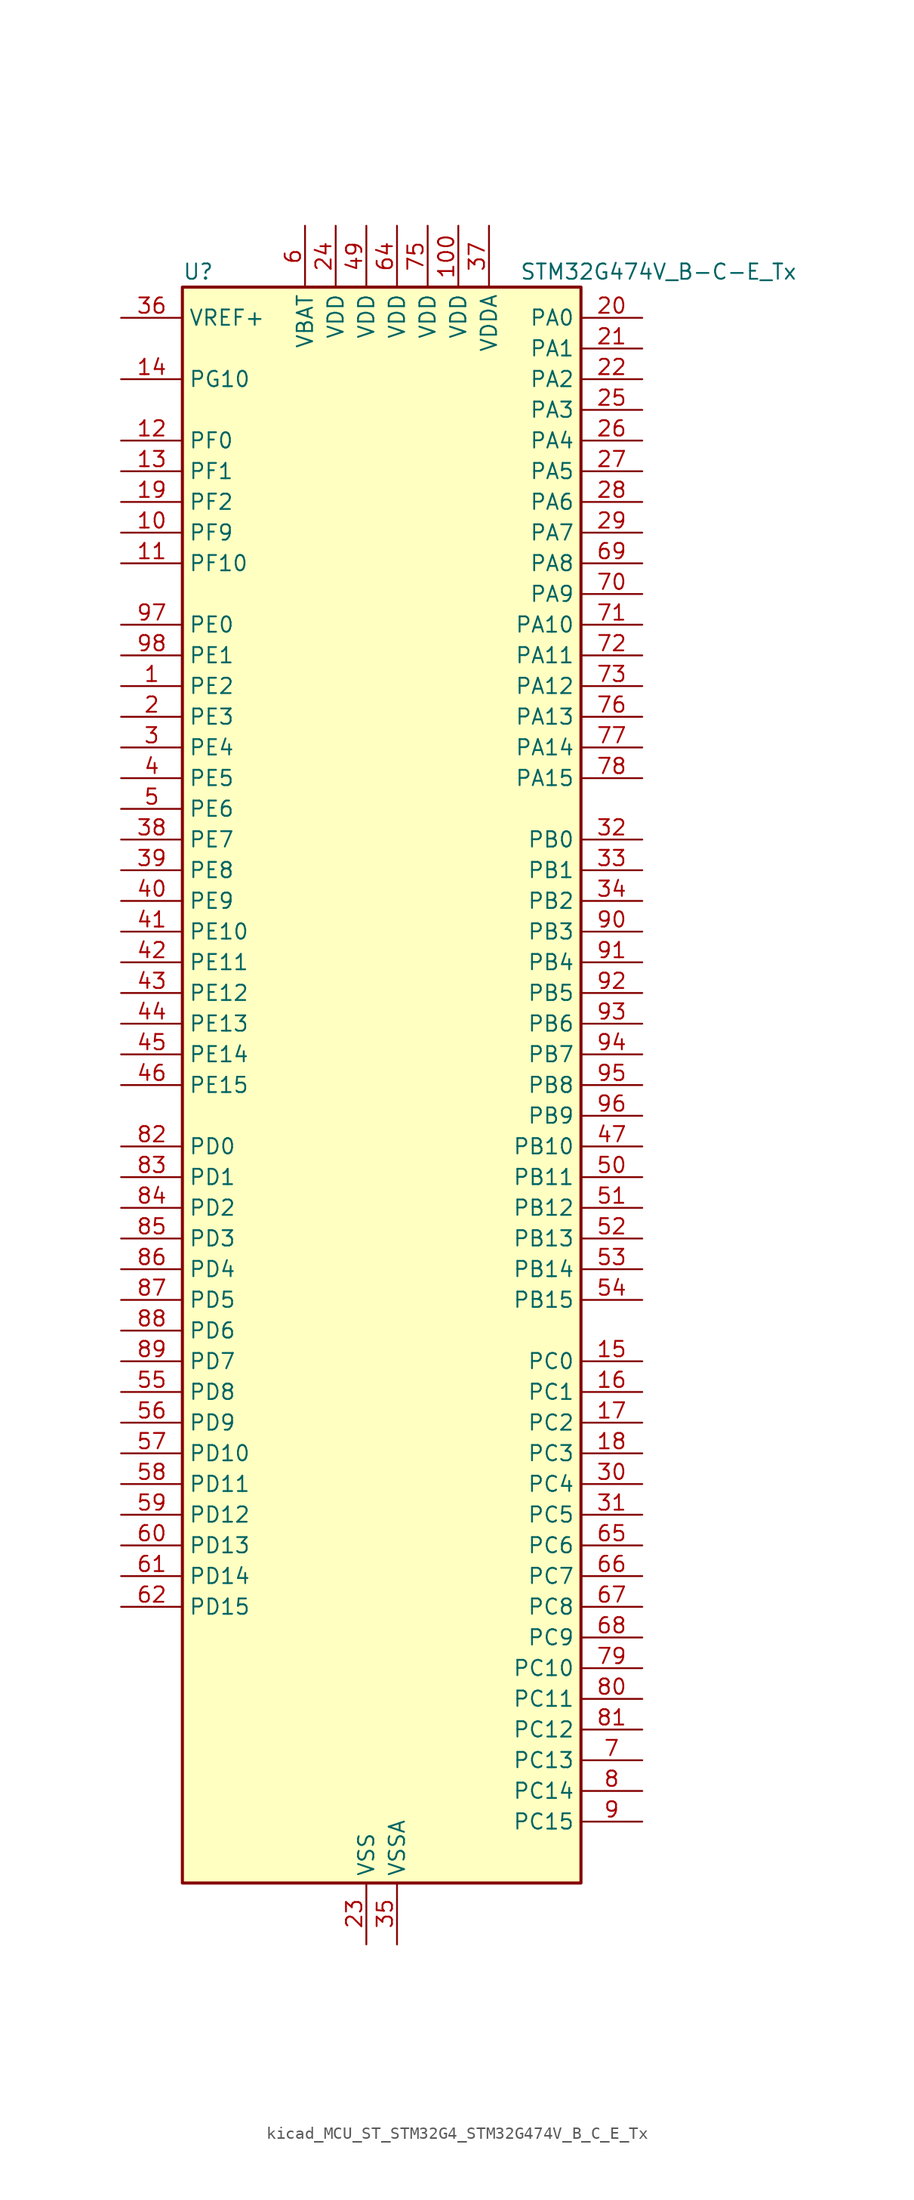
<source format=kicad_sym>
(kicad_symbol_lib
  (version 20220914)
  (generator kicad_symbol_editor)
  (symbol "kicad_MCU_ST_STM32G4_STM32G474V_B_C_E_Tx"
    (property "Reference" "U"
      (at -15.24 67.31 0)
      (effects (font (size 1.27 1.27)) (justify left)))
    (property "Value" "STM32G474V_B-C-E_Tx"
      (at 12.7 67.31 0)
      (effects (font (size 1.27 1.27)) (justify left)))
    (property "ki_locked" ""
      (at 0 0 0)
      (effects (font (size 1.27 1.27))))
    (symbol "kicad_MCU_ST_STM32G4_STM32G474V_B_C_E_Tx_0_1"
      (rectangle (start -15.24 -66.04) (end 17.78 66.04) (stroke (width 0.254) (type default)) (fill (type background))))
    (symbol "kicad_MCU_ST_STM32G4_STM32G474V_B_C_E_Tx_1_1"
      (pin bidirectional line (at -20.32 33.02 0) (length 5.08) (name "PE2" (effects (font (size 1.27 1.27)))) (number "1" (effects (font (size 1.27 1.27)))) (alternate "ADC3_EXTI2" bidirectional line) (alternate "ADC4_EXTI2" bidirectional line) (alternate "ADC5_EXTI2" bidirectional line) (alternate "FMC_A23" bidirectional line) (alternate "SAI1_CK1" bidirectional line) (alternate "SAI1_MCLK_A" bidirectional line) (alternate "SPI4_SCK" bidirectional line) (alternate "SYS_TRACECLK" bidirectional line) (alternate "TIM20_CH1" bidirectional line) (alternate "TIM3_CH1" bidirectional line))
      (pin bidirectional line (at -20.32 45.72 0) (length 5.08) (name "PF9" (effects (font (size 1.27 1.27)))) (number "10" (effects (font (size 1.27 1.27)))) (alternate "DAC1_EXTI9" bidirectional line) (alternate "DAC2_EXTI9" bidirectional line) (alternate "DAC3_EXTI9" bidirectional line) (alternate "DAC4_EXTI9" bidirectional line) (alternate "FMC_A25" bidirectional line) (alternate "QUADSPI1_BK1_IO1" bidirectional line) (alternate "SAI1_FS_B" bidirectional line) (alternate "SPI2_SCK" bidirectional line) (alternate "TIM15_CH1" bidirectional line) (alternate "TIM20_BKIN" bidirectional line) (alternate "TIM5_CH4" bidirectional line))
      (pin power_in line (at 7.62 71.12 270) (length 5.08) (name "VDD" (effects (font (size 1.27 1.27)))) (number "100" (effects (font (size 1.27 1.27)))))
      (pin bidirectional line (at -20.32 43.18 0) (length 5.08) (name "PF10" (effects (font (size 1.27 1.27)))) (number "11" (effects (font (size 1.27 1.27)))) (alternate "DAC1_EXTI10" bidirectional line) (alternate "DAC2_EXTI10" bidirectional line) (alternate "DAC3_EXTI10" bidirectional line) (alternate "DAC4_EXTI10" bidirectional line) (alternate "FMC_A0" bidirectional line) (alternate "QUADSPI1_CLK" bidirectional line) (alternate "SAI1_D3" bidirectional line) (alternate "SPI2_SCK" bidirectional line) (alternate "TIM15_CH2" bidirectional line) (alternate "TIM20_BKIN2" bidirectional line))
      (pin bidirectional line (at -20.32 53.34 0) (length 5.08) (name "PF0" (effects (font (size 1.27 1.27)))) (number "12" (effects (font (size 1.27 1.27)))) (alternate "ADC1_IN10" bidirectional line) (alternate "I2C2_SDA" bidirectional line) (alternate "I2S2_WS" bidirectional line) (alternate "RCC_OSC_IN" bidirectional line) (alternate "SPI2_NSS" bidirectional line) (alternate "TIM1_CH3N" bidirectional line))
      (pin bidirectional line (at -20.32 50.8 0) (length 5.08) (name "PF1" (effects (font (size 1.27 1.27)))) (number "13" (effects (font (size 1.27 1.27)))) (alternate "ADC2_IN10" bidirectional line) (alternate "COMP3_INM" bidirectional line) (alternate "I2S2_CK" bidirectional line) (alternate "RCC_OSC_OUT" bidirectional line) (alternate "SPI2_SCK" bidirectional line))
      (pin bidirectional line (at -20.32 58.42 0) (length 5.08) (name "PG10" (effects (font (size 1.27 1.27)))) (number "14" (effects (font (size 1.27 1.27)))) (alternate "DAC1_EXTI10" bidirectional line) (alternate "DAC2_EXTI10" bidirectional line) (alternate "DAC3_EXTI10" bidirectional line) (alternate "DAC4_EXTI10" bidirectional line) (alternate "RCC_MCO" bidirectional line))
      (pin bidirectional line (at 22.86 -22.86 180) (length 5.08) (name "PC0" (effects (font (size 1.27 1.27)))) (number "15" (effects (font (size 1.27 1.27)))) (alternate "ADC1_IN6" bidirectional line) (alternate "ADC2_IN6" bidirectional line) (alternate "COMP3_INM" bidirectional line) (alternate "LPTIM1_IN1" bidirectional line) (alternate "LPUART1_RX" bidirectional line) (alternate "TIM1_CH1" bidirectional line))
      (pin bidirectional line (at 22.86 -25.4 180) (length 5.08) (name "PC1" (effects (font (size 1.27 1.27)))) (number "16" (effects (font (size 1.27 1.27)))) (alternate "ADC1_IN7" bidirectional line) (alternate "ADC2_IN7" bidirectional line) (alternate "COMP3_INP" bidirectional line) (alternate "LPTIM1_OUT" bidirectional line) (alternate "LPUART1_TX" bidirectional line) (alternate "QUADSPI1_BK2_IO0" bidirectional line) (alternate "SAI1_SD_A" bidirectional line) (alternate "TIM1_CH2" bidirectional line))
      (pin bidirectional line (at 22.86 -27.94 180) (length 5.08) (name "PC2" (effects (font (size 1.27 1.27)))) (number "17" (effects (font (size 1.27 1.27)))) (alternate "ADC1_IN8" bidirectional line) (alternate "ADC2_IN8" bidirectional line) (alternate "ADC3_EXTI2" bidirectional line) (alternate "ADC4_EXTI2" bidirectional line) (alternate "ADC5_EXTI2" bidirectional line) (alternate "COMP3_OUT" bidirectional line) (alternate "LPTIM1_IN2" bidirectional line) (alternate "QUADSPI1_BK2_IO1" bidirectional line) (alternate "TIM1_CH3" bidirectional line) (alternate "TIM20_CH2" bidirectional line))
      (pin bidirectional line (at 22.86 -30.48 180) (length 5.08) (name "PC3" (effects (font (size 1.27 1.27)))) (number "18" (effects (font (size 1.27 1.27)))) (alternate "ADC1_IN9" bidirectional line) (alternate "ADC2_IN9" bidirectional line) (alternate "ADC3_EXTI3" bidirectional line) (alternate "ADC4_EXTI3" bidirectional line) (alternate "ADC5_EXTI3" bidirectional line) (alternate "LPTIM1_ETR" bidirectional line) (alternate "OPAMP5_VINP" bidirectional line) (alternate "OPAMP5_VINP_SEC" bidirectional line) (alternate "QUADSPI1_BK2_IO2" bidirectional line) (alternate "SAI1_D1" bidirectional line) (alternate "SAI1_SD_A" bidirectional line) (alternate "TIM1_BKIN2" bidirectional line) (alternate "TIM1_CH4" bidirectional line))
      (pin bidirectional line (at -20.32 48.26 0) (length 5.08) (name "PF2" (effects (font (size 1.27 1.27)))) (number "19" (effects (font (size 1.27 1.27)))) (alternate "ADC3_EXTI2" bidirectional line) (alternate "ADC4_EXTI2" bidirectional line) (alternate "ADC5_EXTI2" bidirectional line) (alternate "FMC_A2" bidirectional line) (alternate "I2C2_SMBA" bidirectional line) (alternate "TIM20_CH3" bidirectional line))
      (pin bidirectional line (at -20.32 30.48 0) (length 5.08) (name "PE3" (effects (font (size 1.27 1.27)))) (number "2" (effects (font (size 1.27 1.27)))) (alternate "ADC3_EXTI3" bidirectional line) (alternate "ADC4_EXTI3" bidirectional line) (alternate "ADC5_EXTI3" bidirectional line) (alternate "FMC_A19" bidirectional line) (alternate "SAI1_SD_B" bidirectional line) (alternate "SPI4_NSS" bidirectional line) (alternate "SYS_TRACED0" bidirectional line) (alternate "TIM20_CH2" bidirectional line) (alternate "TIM3_CH2" bidirectional line))
      (pin bidirectional line (at 22.86 63.5 180) (length 5.08) (name "PA0" (effects (font (size 1.27 1.27)))) (number "20" (effects (font (size 1.27 1.27)))) (alternate "ADC1_IN1" bidirectional line) (alternate "ADC2_IN1" bidirectional line) (alternate "COMP1_INM" bidirectional line) (alternate "COMP1_OUT" bidirectional line) (alternate "COMP3_INP" bidirectional line) (alternate "RTC_TAMP2" bidirectional line) (alternate "SYS_WKUP1" bidirectional line) (alternate "TIM2_CH1" bidirectional line) (alternate "TIM2_ETR" bidirectional line) (alternate "TIM5_CH1" bidirectional line) (alternate "TIM8_BKIN" bidirectional line) (alternate "TIM8_ETR" bidirectional line) (alternate "USART2_CTS" bidirectional line) (alternate "USART2_NSS" bidirectional line))
      (pin bidirectional line (at 22.86 60.96 180) (length 5.08) (name "PA1" (effects (font (size 1.27 1.27)))) (number "21" (effects (font (size 1.27 1.27)))) (alternate "ADC1_IN2" bidirectional line) (alternate "ADC2_IN2" bidirectional line) (alternate "COMP1_INP" bidirectional line) (alternate "OPAMP1_VINP" bidirectional line) (alternate "OPAMP1_VINP_SEC" bidirectional line) (alternate "OPAMP3_VINP" bidirectional line) (alternate "OPAMP3_VINP_SEC" bidirectional line) (alternate "OPAMP6_VINM" bidirectional line) (alternate "OPAMP6_VINM0" bidirectional line) (alternate "OPAMP6_VINM_SEC" bidirectional line) (alternate "RTC_REFIN" bidirectional line) (alternate "TIM15_CH1N" bidirectional line) (alternate "TIM2_CH2" bidirectional line) (alternate "TIM5_CH2" bidirectional line) (alternate "USART2_DE" bidirectional line) (alternate "USART2_RTS" bidirectional line))
      (pin bidirectional line (at 22.86 58.42 180) (length 5.08) (name "PA2" (effects (font (size 1.27 1.27)))) (number "22" (effects (font (size 1.27 1.27)))) (alternate "ADC1_IN3" bidirectional line) (alternate "ADC3_EXTI2" bidirectional line) (alternate "ADC4_EXTI2" bidirectional line) (alternate "ADC5_EXTI2" bidirectional line) (alternate "COMP2_INM" bidirectional line) (alternate "COMP2_OUT" bidirectional line) (alternate "LPUART1_TX" bidirectional line) (alternate "OPAMP1_VOUT" bidirectional line) (alternate "QUADSPI1_BK1_NCS" bidirectional line) (alternate "RCC_LSCO" bidirectional line) (alternate "SYS_WKUP4" bidirectional line) (alternate "TIM15_CH1" bidirectional line) (alternate "TIM2_CH3" bidirectional line) (alternate "TIM5_CH3" bidirectional line) (alternate "UCPD1_FRSTX1" bidirectional line) (alternate "UCPD1_FRSTX2" bidirectional line) (alternate "USART2_TX" bidirectional line))
      (pin power_in line (at 0 -71.12 90) (length 5.08) (name "VSS" (effects (font (size 1.27 1.27)))) (number "23" (effects (font (size 1.27 1.27)))))
      (pin power_in line (at -2.54 71.12 270) (length 5.08) (name "VDD" (effects (font (size 1.27 1.27)))) (number "24" (effects (font (size 1.27 1.27)))))
      (pin bidirectional line (at 22.86 55.88 180) (length 5.08) (name "PA3" (effects (font (size 1.27 1.27)))) (number "25" (effects (font (size 1.27 1.27)))) (alternate "ADC1_IN4" bidirectional line) (alternate "ADC3_EXTI3" bidirectional line) (alternate "ADC4_EXTI3" bidirectional line) (alternate "ADC5_EXTI3" bidirectional line) (alternate "COMP2_INP" bidirectional line) (alternate "LPUART1_RX" bidirectional line) (alternate "OPAMP1_VINM" bidirectional line) (alternate "OPAMP1_VINM0" bidirectional line) (alternate "OPAMP1_VINM_SEC" bidirectional line) (alternate "OPAMP1_VINP" bidirectional line) (alternate "OPAMP1_VINP_SEC" bidirectional line) (alternate "OPAMP5_VINM" bidirectional line) (alternate "OPAMP5_VINM1" bidirectional line) (alternate "OPAMP5_VINM_SEC" bidirectional line) (alternate "QUADSPI1_CLK" bidirectional line) (alternate "SAI1_CK1" bidirectional line) (alternate "SAI1_MCLK_A" bidirectional line) (alternate "TIM15_CH2" bidirectional line) (alternate "TIM2_CH4" bidirectional line) (alternate "TIM5_CH4" bidirectional line) (alternate "USART2_RX" bidirectional line))
      (pin bidirectional line (at 22.86 53.34 180) (length 5.08) (name "PA4" (effects (font (size 1.27 1.27)))) (number "26" (effects (font (size 1.27 1.27)))) (alternate "ADC2_IN17" bidirectional line) (alternate "COMP1_INM" bidirectional line) (alternate "DAC1_OUT1" bidirectional line) (alternate "I2S3_WS" bidirectional line) (alternate "SAI1_FS_B" bidirectional line) (alternate "SPI1_NSS" bidirectional line) (alternate "SPI3_NSS" bidirectional line) (alternate "TIM3_CH2" bidirectional line) (alternate "USART2_CK" bidirectional line))
      (pin bidirectional line (at 22.86 50.8 180) (length 5.08) (name "PA5" (effects (font (size 1.27 1.27)))) (number "27" (effects (font (size 1.27 1.27)))) (alternate "ADC2_IN13" bidirectional line) (alternate "COMP2_INM" bidirectional line) (alternate "DAC1_OUT2" bidirectional line) (alternate "OPAMP2_VINM" bidirectional line) (alternate "OPAMP2_VINM0" bidirectional line) (alternate "OPAMP2_VINM_SEC" bidirectional line) (alternate "SPI1_SCK" bidirectional line) (alternate "TIM2_CH1" bidirectional line) (alternate "TIM2_ETR" bidirectional line) (alternate "UCPD1_FRSTX1" bidirectional line) (alternate "UCPD1_FRSTX2" bidirectional line))
      (pin bidirectional line (at 22.86 48.26 180) (length 5.08) (name "PA6" (effects (font (size 1.27 1.27)))) (number "28" (effects (font (size 1.27 1.27)))) (alternate "ADC2_IN3" bidirectional line) (alternate "COMP1_OUT" bidirectional line) (alternate "DAC2_OUT1" bidirectional line) (alternate "LPUART1_CTS" bidirectional line) (alternate "OPAMP2_VOUT" bidirectional line) (alternate "QUADSPI1_BK1_IO3" bidirectional line) (alternate "SPI1_MISO" bidirectional line) (alternate "TIM16_CH1" bidirectional line) (alternate "TIM1_BKIN" bidirectional line) (alternate "TIM3_CH1" bidirectional line) (alternate "TIM8_BKIN" bidirectional line))
      (pin bidirectional line (at 22.86 45.72 180) (length 5.08) (name "PA7" (effects (font (size 1.27 1.27)))) (number "29" (effects (font (size 1.27 1.27)))) (alternate "ADC2_IN4" bidirectional line) (alternate "COMP2_INP" bidirectional line) (alternate "COMP2_OUT" bidirectional line) (alternate "OPAMP1_VINP" bidirectional line) (alternate "OPAMP1_VINP_SEC" bidirectional line) (alternate "OPAMP2_VINP" bidirectional line) (alternate "OPAMP2_VINP_SEC" bidirectional line) (alternate "QUADSPI1_BK1_IO2" bidirectional line) (alternate "SPI1_MOSI" bidirectional line) (alternate "TIM17_CH1" bidirectional line) (alternate "TIM1_CH1N" bidirectional line) (alternate "TIM3_CH2" bidirectional line) (alternate "TIM8_CH1N" bidirectional line) (alternate "UCPD1_FRSTX1" bidirectional line) (alternate "UCPD1_FRSTX2" bidirectional line))
      (pin bidirectional line (at -20.32 27.94 0) (length 5.08) (name "PE4" (effects (font (size 1.27 1.27)))) (number "3" (effects (font (size 1.27 1.27)))) (alternate "FMC_A20" bidirectional line) (alternate "SAI1_D2" bidirectional line) (alternate "SAI1_FS_A" bidirectional line) (alternate "SPI4_NSS" bidirectional line) (alternate "SYS_TRACED1" bidirectional line) (alternate "TIM20_CH1N" bidirectional line) (alternate "TIM3_CH3" bidirectional line))
      (pin bidirectional line (at 22.86 -33.02 180) (length 5.08) (name "PC4" (effects (font (size 1.27 1.27)))) (number "30" (effects (font (size 1.27 1.27)))) (alternate "ADC2_IN5" bidirectional line) (alternate "I2C2_SCL" bidirectional line) (alternate "QUADSPI1_BK2_IO3" bidirectional line) (alternate "TIM1_ETR" bidirectional line) (alternate "USART1_TX" bidirectional line))
      (pin bidirectional line (at 22.86 -35.56 180) (length 5.08) (name "PC5" (effects (font (size 1.27 1.27)))) (number "31" (effects (font (size 1.27 1.27)))) (alternate "ADC2_IN11" bidirectional line) (alternate "HRTIM1_EEV10" bidirectional line) (alternate "OPAMP1_VINM" bidirectional line) (alternate "OPAMP1_VINM1" bidirectional line) (alternate "OPAMP1_VINM_SEC" bidirectional line) (alternate "OPAMP2_VINM" bidirectional line) (alternate "OPAMP2_VINM1" bidirectional line) (alternate "OPAMP2_VINM_SEC" bidirectional line) (alternate "SAI1_D3" bidirectional line) (alternate "SYS_WKUP5" bidirectional line) (alternate "TIM15_BKIN" bidirectional line) (alternate "TIM1_CH4N" bidirectional line) (alternate "USART1_RX" bidirectional line))
      (pin bidirectional line (at 22.86 20.32 180) (length 5.08) (name "PB0" (effects (font (size 1.27 1.27)))) (number "32" (effects (font (size 1.27 1.27)))) (alternate "ADC1_IN15" bidirectional line) (alternate "ADC3_IN12" bidirectional line) (alternate "COMP4_INP" bidirectional line) (alternate "HRTIM1_FLT5" bidirectional line) (alternate "OPAMP2_VINP" bidirectional line) (alternate "OPAMP2_VINP_SEC" bidirectional line) (alternate "OPAMP3_VINP" bidirectional line) (alternate "OPAMP3_VINP_SEC" bidirectional line) (alternate "QUADSPI1_BK1_IO1" bidirectional line) (alternate "TIM1_CH2N" bidirectional line) (alternate "TIM3_CH3" bidirectional line) (alternate "TIM8_CH2N" bidirectional line) (alternate "UCPD1_FRSTX1" bidirectional line) (alternate "UCPD1_FRSTX2" bidirectional line))
      (pin bidirectional line (at 22.86 17.78 180) (length 5.08) (name "PB1" (effects (font (size 1.27 1.27)))) (number "33" (effects (font (size 1.27 1.27)))) (alternate "ADC1_IN12" bidirectional line) (alternate "ADC3_IN1" bidirectional line) (alternate "COMP1_INP" bidirectional line) (alternate "COMP4_OUT" bidirectional line) (alternate "HRTIM1_SCOUT" bidirectional line) (alternate "LPUART1_DE" bidirectional line) (alternate "LPUART1_RTS" bidirectional line) (alternate "OPAMP3_VOUT" bidirectional line) (alternate "OPAMP6_VINM" bidirectional line) (alternate "OPAMP6_VINM1" bidirectional line) (alternate "OPAMP6_VINM_SEC" bidirectional line) (alternate "QUADSPI1_BK1_IO0" bidirectional line) (alternate "TIM1_CH3N" bidirectional line) (alternate "TIM3_CH4" bidirectional line) (alternate "TIM8_CH3N" bidirectional line))
      (pin bidirectional line (at 22.86 15.24 180) (length 5.08) (name "PB2" (effects (font (size 1.27 1.27)))) (number "34" (effects (font (size 1.27 1.27)))) (alternate "ADC2_IN12" bidirectional line) (alternate "ADC3_EXTI2" bidirectional line) (alternate "ADC4_EXTI2" bidirectional line) (alternate "ADC5_EXTI2" bidirectional line) (alternate "COMP4_INM" bidirectional line) (alternate "HRTIM1_SCIN" bidirectional line) (alternate "I2C3_SMBA" bidirectional line) (alternate "LPTIM1_OUT" bidirectional line) (alternate "OPAMP3_VINM" bidirectional line) (alternate "OPAMP3_VINM0" bidirectional line) (alternate "OPAMP3_VINM_SEC" bidirectional line) (alternate "QUADSPI1_BK2_IO1" bidirectional line) (alternate "RTC_OUT2" bidirectional line) (alternate "TIM20_CH1" bidirectional line) (alternate "TIM5_CH1" bidirectional line))
      (pin power_in line (at 2.54 -71.12 90) (length 5.08) (name "VSSA" (effects (font (size 1.27 1.27)))) (number "35" (effects (font (size 1.27 1.27)))))
      (pin input line (at -20.32 63.5 0) (length 5.08) (name "VREF+" (effects (font (size 1.27 1.27)))) (number "36" (effects (font (size 1.27 1.27)))) (alternate "VREFBUF_OUT" bidirectional line))
      (pin power_in line (at 10.16 71.12 270) (length 5.08) (name "VDDA" (effects (font (size 1.27 1.27)))) (number "37" (effects (font (size 1.27 1.27)))))
      (pin bidirectional line (at -20.32 20.32 0) (length 5.08) (name "PE7" (effects (font (size 1.27 1.27)))) (number "38" (effects (font (size 1.27 1.27)))) (alternate "ADC3_IN4" bidirectional line) (alternate "COMP4_INP" bidirectional line) (alternate "FMC_D4" bidirectional line) (alternate "FMC_DA4" bidirectional line) (alternate "SAI1_SD_B" bidirectional line) (alternate "TIM1_ETR" bidirectional line))
      (pin bidirectional line (at -20.32 17.78 0) (length 5.08) (name "PE8" (effects (font (size 1.27 1.27)))) (number "39" (effects (font (size 1.27 1.27)))) (alternate "ADC3_IN6" bidirectional line) (alternate "ADC4_IN6" bidirectional line) (alternate "ADC5_IN6" bidirectional line) (alternate "COMP4_INM" bidirectional line) (alternate "FMC_D5" bidirectional line) (alternate "FMC_DA5" bidirectional line) (alternate "SAI1_SCK_B" bidirectional line) (alternate "TIM1_CH1N" bidirectional line) (alternate "TIM5_CH3" bidirectional line))
      (pin bidirectional line (at -20.32 25.4 0) (length 5.08) (name "PE5" (effects (font (size 1.27 1.27)))) (number "4" (effects (font (size 1.27 1.27)))) (alternate "FMC_A21" bidirectional line) (alternate "SAI1_CK2" bidirectional line) (alternate "SAI1_SCK_A" bidirectional line) (alternate "SPI4_MISO" bidirectional line) (alternate "SYS_TRACED2" bidirectional line) (alternate "TIM20_CH2N" bidirectional line) (alternate "TIM3_CH4" bidirectional line))
      (pin bidirectional line (at -20.32 15.24 0) (length 5.08) (name "PE9" (effects (font (size 1.27 1.27)))) (number "40" (effects (font (size 1.27 1.27)))) (alternate "ADC3_IN2" bidirectional line) (alternate "DAC1_EXTI9" bidirectional line) (alternate "DAC2_EXTI9" bidirectional line) (alternate "DAC3_EXTI9" bidirectional line) (alternate "DAC4_EXTI9" bidirectional line) (alternate "FMC_D6" bidirectional line) (alternate "FMC_DA6" bidirectional line) (alternate "SAI1_FS_B" bidirectional line) (alternate "TIM1_CH1" bidirectional line) (alternate "TIM5_CH4" bidirectional line))
      (pin bidirectional line (at -20.32 12.7 0) (length 5.08) (name "PE10" (effects (font (size 1.27 1.27)))) (number "41" (effects (font (size 1.27 1.27)))) (alternate "ADC3_IN14" bidirectional line) (alternate "ADC4_IN14" bidirectional line) (alternate "ADC5_IN14" bidirectional line) (alternate "DAC1_EXTI10" bidirectional line) (alternate "DAC2_EXTI10" bidirectional line) (alternate "DAC3_EXTI10" bidirectional line) (alternate "DAC4_EXTI10" bidirectional line) (alternate "FMC_D7" bidirectional line) (alternate "FMC_DA7" bidirectional line) (alternate "QUADSPI1_CLK" bidirectional line) (alternate "SAI1_MCLK_B" bidirectional line) (alternate "TIM1_CH2N" bidirectional line))
      (pin bidirectional line (at -20.32 10.16 0) (length 5.08) (name "PE11" (effects (font (size 1.27 1.27)))) (number "42" (effects (font (size 1.27 1.27)))) (alternate "ADC1_EXTI11" bidirectional line) (alternate "ADC2_EXTI11" bidirectional line) (alternate "ADC3_IN15" bidirectional line) (alternate "ADC4_IN15" bidirectional line) (alternate "ADC5_IN15" bidirectional line) (alternate "FMC_D8" bidirectional line) (alternate "FMC_DA8" bidirectional line) (alternate "QUADSPI1_BK1_NCS" bidirectional line) (alternate "SPI4_NSS" bidirectional line) (alternate "TIM1_CH2" bidirectional line))
      (pin bidirectional line (at -20.32 7.62 0) (length 5.08) (name "PE12" (effects (font (size 1.27 1.27)))) (number "43" (effects (font (size 1.27 1.27)))) (alternate "ADC3_IN16" bidirectional line) (alternate "ADC4_IN16" bidirectional line) (alternate "ADC5_IN16" bidirectional line) (alternate "FMC_D9" bidirectional line) (alternate "FMC_DA9" bidirectional line) (alternate "QUADSPI1_BK1_IO0" bidirectional line) (alternate "SPI4_SCK" bidirectional line) (alternate "TIM1_CH3N" bidirectional line))
      (pin bidirectional line (at -20.32 5.08 0) (length 5.08) (name "PE13" (effects (font (size 1.27 1.27)))) (number "44" (effects (font (size 1.27 1.27)))) (alternate "ADC3_IN3" bidirectional line) (alternate "FMC_D10" bidirectional line) (alternate "FMC_DA10" bidirectional line) (alternate "QUADSPI1_BK1_IO1" bidirectional line) (alternate "SPI4_MISO" bidirectional line) (alternate "TIM1_CH3" bidirectional line))
      (pin bidirectional line (at -20.32 2.54 0) (length 5.08) (name "PE14" (effects (font (size 1.27 1.27)))) (number "45" (effects (font (size 1.27 1.27)))) (alternate "ADC4_IN1" bidirectional line) (alternate "FMC_D11" bidirectional line) (alternate "FMC_DA11" bidirectional line) (alternate "QUADSPI1_BK1_IO2" bidirectional line) (alternate "SPI4_MOSI" bidirectional line) (alternate "TIM1_BKIN2" bidirectional line) (alternate "TIM1_CH4" bidirectional line))
      (pin bidirectional line (at -20.32 0 0) (length 5.08) (name "PE15" (effects (font (size 1.27 1.27)))) (number "46" (effects (font (size 1.27 1.27)))) (alternate "ADC1_EXTI15" bidirectional line) (alternate "ADC2_EXTI15" bidirectional line) (alternate "ADC4_IN2" bidirectional line) (alternate "FMC_D12" bidirectional line) (alternate "FMC_DA12" bidirectional line) (alternate "QUADSPI1_BK1_IO3" bidirectional line) (alternate "TIM1_BKIN" bidirectional line) (alternate "TIM1_CH4N" bidirectional line) (alternate "USART3_RX" bidirectional line))
      (pin bidirectional line (at 22.86 -5.08 180) (length 5.08) (name "PB10" (effects (font (size 1.27 1.27)))) (number "47" (effects (font (size 1.27 1.27)))) (alternate "COMP5_INM" bidirectional line) (alternate "DAC1_EXTI10" bidirectional line) (alternate "DAC2_EXTI10" bidirectional line) (alternate "DAC3_EXTI10" bidirectional line) (alternate "DAC4_EXTI10" bidirectional line) (alternate "HRTIM1_FLT3" bidirectional line) (alternate "LPUART1_RX" bidirectional line) (alternate "OPAMP3_VINM" bidirectional line) (alternate "OPAMP3_VINM1" bidirectional line) (alternate "OPAMP3_VINM_SEC" bidirectional line) (alternate "OPAMP4_VINM" bidirectional line) (alternate "OPAMP4_VINM0" bidirectional line) (alternate "OPAMP4_VINM_SEC" bidirectional line) (alternate "QUADSPI1_CLK" bidirectional line) (alternate "SAI1_SCK_A" bidirectional line) (alternate "TIM1_BKIN" bidirectional line) (alternate "TIM2_CH3" bidirectional line) (alternate "USART3_TX" bidirectional line))
      (pin passive line (at 0 -71.12 90) (length 5.08) hide (name "VSS" (effects (font (size 1.27 1.27)))) (number "48" (effects (font (size 1.27 1.27)))))
      (pin power_in line (at 0 71.12 270) (length 5.08) (name "VDD" (effects (font (size 1.27 1.27)))) (number "49" (effects (font (size 1.27 1.27)))))
      (pin bidirectional line (at -20.32 22.86 0) (length 5.08) (name "PE6" (effects (font (size 1.27 1.27)))) (number "5" (effects (font (size 1.27 1.27)))) (alternate "FMC_A22" bidirectional line) (alternate "RTC_TAMP3" bidirectional line) (alternate "SAI1_D1" bidirectional line) (alternate "SAI1_SD_A" bidirectional line) (alternate "SPI4_MOSI" bidirectional line) (alternate "SYS_TRACED3" bidirectional line) (alternate "SYS_WKUP3" bidirectional line) (alternate "TIM20_CH3N" bidirectional line))
      (pin bidirectional line (at 22.86 -7.62 180) (length 5.08) (name "PB11" (effects (font (size 1.27 1.27)))) (number "50" (effects (font (size 1.27 1.27)))) (alternate "ADC1_EXTI11" bidirectional line) (alternate "ADC1_IN14" bidirectional line) (alternate "ADC2_EXTI11" bidirectional line) (alternate "ADC2_IN14" bidirectional line) (alternate "COMP6_INP" bidirectional line) (alternate "HRTIM1_FLT4" bidirectional line) (alternate "LPUART1_TX" bidirectional line) (alternate "OPAMP4_VINP" bidirectional line) (alternate "OPAMP4_VINP_SEC" bidirectional line) (alternate "OPAMP6_VOUT" bidirectional line) (alternate "QUADSPI1_BK1_NCS" bidirectional line) (alternate "TIM2_CH4" bidirectional line) (alternate "USART3_RX" bidirectional line))
      (pin bidirectional line (at 22.86 -10.16 180) (length 5.08) (name "PB12" (effects (font (size 1.27 1.27)))) (number "51" (effects (font (size 1.27 1.27)))) (alternate "ADC1_IN11" bidirectional line) (alternate "ADC4_IN3" bidirectional line) (alternate "COMP7_INM" bidirectional line) (alternate "FDCAN2_RX" bidirectional line) (alternate "HRTIM1_CHC1" bidirectional line) (alternate "I2C2_SMBA" bidirectional line) (alternate "I2S2_WS" bidirectional line) (alternate "LPUART1_DE" bidirectional line) (alternate "LPUART1_RTS" bidirectional line) (alternate "OPAMP4_VOUT" bidirectional line) (alternate "OPAMP6_VINP" bidirectional line) (alternate "OPAMP6_VINP_SEC" bidirectional line) (alternate "SPI2_NSS" bidirectional line) (alternate "TIM1_BKIN" bidirectional line) (alternate "TIM5_ETR" bidirectional line) (alternate "USART3_CK" bidirectional line))
      (pin bidirectional line (at 22.86 -12.7 180) (length 5.08) (name "PB13" (effects (font (size 1.27 1.27)))) (number "52" (effects (font (size 1.27 1.27)))) (alternate "ADC3_IN5" bidirectional line) (alternate "COMP5_INP" bidirectional line) (alternate "FDCAN2_TX" bidirectional line) (alternate "HRTIM1_CHC2" bidirectional line) (alternate "I2S2_CK" bidirectional line) (alternate "LPUART1_CTS" bidirectional line) (alternate "OPAMP3_VINP" bidirectional line) (alternate "OPAMP3_VINP_SEC" bidirectional line) (alternate "OPAMP4_VINP" bidirectional line) (alternate "OPAMP4_VINP_SEC" bidirectional line) (alternate "OPAMP6_VINP" bidirectional line) (alternate "OPAMP6_VINP_SEC" bidirectional line) (alternate "SPI2_SCK" bidirectional line) (alternate "TIM1_CH1N" bidirectional line) (alternate "USART3_CTS" bidirectional line) (alternate "USART3_NSS" bidirectional line))
      (pin bidirectional line (at 22.86 -15.24 180) (length 5.08) (name "PB14" (effects (font (size 1.27 1.27)))) (number "53" (effects (font (size 1.27 1.27)))) (alternate "ADC1_IN5" bidirectional line) (alternate "ADC4_IN4" bidirectional line) (alternate "COMP4_OUT" bidirectional line) (alternate "COMP7_INP" bidirectional line) (alternate "HRTIM1_CHD1" bidirectional line) (alternate "OPAMP2_VINP" bidirectional line) (alternate "OPAMP2_VINP_SEC" bidirectional line) (alternate "OPAMP5_VINP" bidirectional line) (alternate "OPAMP5_VINP_SEC" bidirectional line) (alternate "SPI2_MISO" bidirectional line) (alternate "TIM15_CH1" bidirectional line) (alternate "TIM1_CH2N" bidirectional line) (alternate "USART3_DE" bidirectional line) (alternate "USART3_RTS" bidirectional line))
      (pin bidirectional line (at 22.86 -17.78 180) (length 5.08) (name "PB15" (effects (font (size 1.27 1.27)))) (number "54" (effects (font (size 1.27 1.27)))) (alternate "ADC1_EXTI15" bidirectional line) (alternate "ADC2_EXTI15" bidirectional line) (alternate "ADC2_IN15" bidirectional line) (alternate "ADC4_IN5" bidirectional line) (alternate "COMP3_OUT" bidirectional line) (alternate "COMP6_INM" bidirectional line) (alternate "HRTIM1_CHD2" bidirectional line) (alternate "I2S2_SD" bidirectional line) (alternate "OPAMP5_VINM" bidirectional line) (alternate "OPAMP5_VINM0" bidirectional line) (alternate "OPAMP5_VINM_SEC" bidirectional line) (alternate "RTC_REFIN" bidirectional line) (alternate "SPI2_MOSI" bidirectional line) (alternate "TIM15_CH1N" bidirectional line) (alternate "TIM15_CH2" bidirectional line) (alternate "TIM1_CH3N" bidirectional line))
      (pin bidirectional line (at -20.32 -25.4 0) (length 5.08) (name "PD8" (effects (font (size 1.27 1.27)))) (number "55" (effects (font (size 1.27 1.27)))) (alternate "ADC4_IN12" bidirectional line) (alternate "ADC5_IN12" bidirectional line) (alternate "FMC_D13" bidirectional line) (alternate "FMC_DA13" bidirectional line) (alternate "OPAMP4_VINM" bidirectional line) (alternate "OPAMP4_VINM1" bidirectional line) (alternate "OPAMP4_VINM_SEC" bidirectional line) (alternate "USART3_TX" bidirectional line))
      (pin bidirectional line (at -20.32 -27.94 0) (length 5.08) (name "PD9" (effects (font (size 1.27 1.27)))) (number "56" (effects (font (size 1.27 1.27)))) (alternate "ADC4_IN13" bidirectional line) (alternate "ADC5_IN13" bidirectional line) (alternate "DAC1_EXTI9" bidirectional line) (alternate "DAC2_EXTI9" bidirectional line) (alternate "DAC3_EXTI9" bidirectional line) (alternate "DAC4_EXTI9" bidirectional line) (alternate "FMC_D14" bidirectional line) (alternate "FMC_DA14" bidirectional line) (alternate "OPAMP6_VINP" bidirectional line) (alternate "OPAMP6_VINP_SEC" bidirectional line) (alternate "USART3_RX" bidirectional line))
      (pin bidirectional line (at -20.32 -30.48 0) (length 5.08) (name "PD10" (effects (font (size 1.27 1.27)))) (number "57" (effects (font (size 1.27 1.27)))) (alternate "ADC3_IN7" bidirectional line) (alternate "ADC4_IN7" bidirectional line) (alternate "ADC5_IN7" bidirectional line) (alternate "COMP6_INM" bidirectional line) (alternate "DAC1_EXTI10" bidirectional line) (alternate "DAC2_EXTI10" bidirectional line) (alternate "DAC3_EXTI10" bidirectional line) (alternate "DAC4_EXTI10" bidirectional line) (alternate "FMC_D15" bidirectional line) (alternate "FMC_DA15" bidirectional line) (alternate "USART3_CK" bidirectional line))
      (pin bidirectional line (at -20.32 -33.02 0) (length 5.08) (name "PD11" (effects (font (size 1.27 1.27)))) (number "58" (effects (font (size 1.27 1.27)))) (alternate "ADC1_EXTI11" bidirectional line) (alternate "ADC2_EXTI11" bidirectional line) (alternate "ADC3_IN8" bidirectional line) (alternate "ADC4_IN8" bidirectional line) (alternate "ADC5_IN8" bidirectional line) (alternate "COMP6_INP" bidirectional line) (alternate "FMC_A16" bidirectional line) (alternate "FMC_CLE" bidirectional line) (alternate "I2C4_SMBA" bidirectional line) (alternate "OPAMP4_VINP" bidirectional line) (alternate "OPAMP4_VINP_SEC" bidirectional line) (alternate "TIM5_ETR" bidirectional line) (alternate "USART3_CTS" bidirectional line) (alternate "USART3_NSS" bidirectional line))
      (pin bidirectional line (at -20.32 -35.56 0) (length 5.08) (name "PD12" (effects (font (size 1.27 1.27)))) (number "59" (effects (font (size 1.27 1.27)))) (alternate "ADC3_IN9" bidirectional line) (alternate "ADC4_IN9" bidirectional line) (alternate "ADC5_IN9" bidirectional line) (alternate "COMP5_INP" bidirectional line) (alternate "FMC_A17" bidirectional line) (alternate "FMC_ALE" bidirectional line) (alternate "OPAMP5_VINP" bidirectional line) (alternate "OPAMP5_VINP_SEC" bidirectional line) (alternate "TIM4_CH1" bidirectional line) (alternate "USART3_DE" bidirectional line) (alternate "USART3_RTS" bidirectional line))
      (pin power_in line (at -5.08 71.12 270) (length 5.08) (name "VBAT" (effects (font (size 1.27 1.27)))) (number "6" (effects (font (size 1.27 1.27)))))
      (pin bidirectional line (at -20.32 -38.1 0) (length 5.08) (name "PD13" (effects (font (size 1.27 1.27)))) (number "60" (effects (font (size 1.27 1.27)))) (alternate "ADC3_IN10" bidirectional line) (alternate "ADC4_IN10" bidirectional line) (alternate "ADC5_IN10" bidirectional line) (alternate "COMP5_INM" bidirectional line) (alternate "FMC_A18" bidirectional line) (alternate "TIM4_CH2" bidirectional line))
      (pin bidirectional line (at -20.32 -40.64 0) (length 5.08) (name "PD14" (effects (font (size 1.27 1.27)))) (number "61" (effects (font (size 1.27 1.27)))) (alternate "ADC3_IN11" bidirectional line) (alternate "ADC4_IN11" bidirectional line) (alternate "ADC5_IN11" bidirectional line) (alternate "COMP7_INP" bidirectional line) (alternate "FMC_D0" bidirectional line) (alternate "FMC_DA0" bidirectional line) (alternate "OPAMP2_VINP" bidirectional line) (alternate "OPAMP2_VINP_SEC" bidirectional line) (alternate "TIM4_CH3" bidirectional line))
      (pin bidirectional line (at -20.32 -43.18 0) (length 5.08) (name "PD15" (effects (font (size 1.27 1.27)))) (number "62" (effects (font (size 1.27 1.27)))) (alternate "ADC1_EXTI15" bidirectional line) (alternate "ADC2_EXTI15" bidirectional line) (alternate "COMP7_INM" bidirectional line) (alternate "FMC_D1" bidirectional line) (alternate "FMC_DA1" bidirectional line) (alternate "SPI2_NSS" bidirectional line) (alternate "TIM4_CH4" bidirectional line))
      (pin passive line (at 0 -71.12 90) (length 5.08) hide (name "VSS" (effects (font (size 1.27 1.27)))) (number "63" (effects (font (size 1.27 1.27)))))
      (pin power_in line (at 2.54 71.12 270) (length 5.08) (name "VDD" (effects (font (size 1.27 1.27)))) (number "64" (effects (font (size 1.27 1.27)))))
      (pin bidirectional line (at 22.86 -38.1 180) (length 5.08) (name "PC6" (effects (font (size 1.27 1.27)))) (number "65" (effects (font (size 1.27 1.27)))) (alternate "COMP6_OUT" bidirectional line) (alternate "HRTIM1_CHF1" bidirectional line) (alternate "HRTIM1_EEV10" bidirectional line) (alternate "I2C4_SCL" bidirectional line) (alternate "I2S2_MCK" bidirectional line) (alternate "TIM3_CH1" bidirectional line) (alternate "TIM8_CH1" bidirectional line))
      (pin bidirectional line (at 22.86 -40.64 180) (length 5.08) (name "PC7" (effects (font (size 1.27 1.27)))) (number "66" (effects (font (size 1.27 1.27)))) (alternate "COMP5_OUT" bidirectional line) (alternate "HRTIM1_CHF2" bidirectional line) (alternate "HRTIM1_FLT5" bidirectional line) (alternate "I2C4_SDA" bidirectional line) (alternate "I2S3_MCK" bidirectional line) (alternate "TIM3_CH2" bidirectional line) (alternate "TIM8_CH2" bidirectional line))
      (pin bidirectional line (at 22.86 -43.18 180) (length 5.08) (name "PC8" (effects (font (size 1.27 1.27)))) (number "67" (effects (font (size 1.27 1.27)))) (alternate "COMP7_OUT" bidirectional line) (alternate "HRTIM1_CHE1" bidirectional line) (alternate "I2C3_SCL" bidirectional line) (alternate "TIM20_CH3" bidirectional line) (alternate "TIM3_CH3" bidirectional line) (alternate "TIM8_CH3" bidirectional line))
      (pin bidirectional line (at 22.86 -45.72 180) (length 5.08) (name "PC9" (effects (font (size 1.27 1.27)))) (number "68" (effects (font (size 1.27 1.27)))) (alternate "DAC1_EXTI9" bidirectional line) (alternate "DAC2_EXTI9" bidirectional line) (alternate "DAC3_EXTI9" bidirectional line) (alternate "DAC4_EXTI9" bidirectional line) (alternate "HRTIM1_CHE2" bidirectional line) (alternate "I2C3_SDA" bidirectional line) (alternate "I2S_CKIN" bidirectional line) (alternate "TIM3_CH4" bidirectional line) (alternate "TIM8_BKIN2" bidirectional line) (alternate "TIM8_CH4" bidirectional line))
      (pin bidirectional line (at 22.86 43.18 180) (length 5.08) (name "PA8" (effects (font (size 1.27 1.27)))) (number "69" (effects (font (size 1.27 1.27)))) (alternate "ADC5_IN1" bidirectional line) (alternate "COMP7_OUT" bidirectional line) (alternate "FDCAN3_RX" bidirectional line) (alternate "HRTIM1_CHA1" bidirectional line) (alternate "I2C2_SDA" bidirectional line) (alternate "I2C3_SCL" bidirectional line) (alternate "I2S2_MCK" bidirectional line) (alternate "OPAMP5_VOUT" bidirectional line) (alternate "RCC_MCO" bidirectional line) (alternate "SAI1_CK2" bidirectional line) (alternate "SAI1_SCK_A" bidirectional line) (alternate "TIM1_CH1" bidirectional line) (alternate "TIM4_ETR" bidirectional line) (alternate "USART1_CK" bidirectional line))
      (pin bidirectional line (at 22.86 -55.88 180) (length 5.08) (name "PC13" (effects (font (size 1.27 1.27)))) (number "7" (effects (font (size 1.27 1.27)))) (alternate "RTC_OUT1" bidirectional line) (alternate "RTC_TAMP1" bidirectional line) (alternate "RTC_TS" bidirectional line) (alternate "SYS_WKUP2" bidirectional line) (alternate "TIM1_BKIN" bidirectional line) (alternate "TIM1_CH1N" bidirectional line) (alternate "TIM8_CH4N" bidirectional line))
      (pin bidirectional line (at 22.86 40.64 180) (length 5.08) (name "PA9" (effects (font (size 1.27 1.27)))) (number "70" (effects (font (size 1.27 1.27)))) (alternate "ADC5_IN2" bidirectional line) (alternate "COMP5_OUT" bidirectional line) (alternate "DAC1_EXTI9" bidirectional line) (alternate "DAC2_EXTI9" bidirectional line) (alternate "DAC3_EXTI9" bidirectional line) (alternate "DAC4_EXTI9" bidirectional line) (alternate "HRTIM1_CHA2" bidirectional line) (alternate "I2C2_SCL" bidirectional line) (alternate "I2C3_SMBA" bidirectional line) (alternate "I2S3_MCK" bidirectional line) (alternate "SAI1_FS_A" bidirectional line) (alternate "TIM15_BKIN" bidirectional line) (alternate "TIM1_CH2" bidirectional line) (alternate "TIM2_CH3" bidirectional line) (alternate "UCPD1_DBCC1" bidirectional line) (alternate "USART1_TX" bidirectional line))
      (pin bidirectional line (at 22.86 38.1 180) (length 5.08) (name "PA10" (effects (font (size 1.27 1.27)))) (number "71" (effects (font (size 1.27 1.27)))) (alternate "COMP6_OUT" bidirectional line) (alternate "CRS_SYNC" bidirectional line) (alternate "DAC1_EXTI10" bidirectional line) (alternate "DAC2_EXTI10" bidirectional line) (alternate "DAC3_EXTI10" bidirectional line) (alternate "DAC4_EXTI10" bidirectional line) (alternate "HRTIM1_CHB1" bidirectional line) (alternate "I2C2_SMBA" bidirectional line) (alternate "SAI1_D1" bidirectional line) (alternate "SAI1_SD_A" bidirectional line) (alternate "SPI2_MISO" bidirectional line) (alternate "TIM17_BKIN" bidirectional line) (alternate "TIM1_CH3" bidirectional line) (alternate "TIM2_CH4" bidirectional line) (alternate "TIM8_BKIN" bidirectional line) (alternate "UCPD1_DBCC2" bidirectional line) (alternate "USART1_RX" bidirectional line))
      (pin bidirectional line (at 22.86 35.56 180) (length 5.08) (name "PA11" (effects (font (size 1.27 1.27)))) (number "72" (effects (font (size 1.27 1.27)))) (alternate "ADC1_EXTI11" bidirectional line) (alternate "ADC2_EXTI11" bidirectional line) (alternate "COMP1_OUT" bidirectional line) (alternate "FDCAN1_RX" bidirectional line) (alternate "HRTIM1_CHB2" bidirectional line) (alternate "I2S2_SD" bidirectional line) (alternate "SPI2_MOSI" bidirectional line) (alternate "TIM1_BKIN2" bidirectional line) (alternate "TIM1_CH1N" bidirectional line) (alternate "TIM1_CH4" bidirectional line) (alternate "TIM4_CH1" bidirectional line) (alternate "USART1_CTS" bidirectional line) (alternate "USART1_NSS" bidirectional line) (alternate "USB_DM" bidirectional line))
      (pin bidirectional line (at 22.86 33.02 180) (length 5.08) (name "PA12" (effects (font (size 1.27 1.27)))) (number "73" (effects (font (size 1.27 1.27)))) (alternate "COMP2_OUT" bidirectional line) (alternate "FDCAN1_TX" bidirectional line) (alternate "HRTIM1_FLT1" bidirectional line) (alternate "I2S_CKIN" bidirectional line) (alternate "TIM16_CH1" bidirectional line) (alternate "TIM1_CH2N" bidirectional line) (alternate "TIM1_ETR" bidirectional line) (alternate "TIM4_CH2" bidirectional line) (alternate "USART1_DE" bidirectional line) (alternate "USART1_RTS" bidirectional line) (alternate "USB_DP" bidirectional line))
      (pin passive line (at 0 -71.12 90) (length 5.08) hide (name "VSS" (effects (font (size 1.27 1.27)))) (number "74" (effects (font (size 1.27 1.27)))))
      (pin power_in line (at 5.08 71.12 270) (length 5.08) (name "VDD" (effects (font (size 1.27 1.27)))) (number "75" (effects (font (size 1.27 1.27)))))
      (pin bidirectional line (at 22.86 30.48 180) (length 5.08) (name "PA13" (effects (font (size 1.27 1.27)))) (number "76" (effects (font (size 1.27 1.27)))) (alternate "I2C1_SCL" bidirectional line) (alternate "I2C4_SCL" bidirectional line) (alternate "IR_OUT" bidirectional line) (alternate "SAI1_SD_B" bidirectional line) (alternate "SYS_JTMS-SWDIO" bidirectional line) (alternate "TIM16_CH1N" bidirectional line) (alternate "TIM4_CH3" bidirectional line) (alternate "USART3_CTS" bidirectional line) (alternate "USART3_NSS" bidirectional line))
      (pin bidirectional line (at 22.86 27.94 180) (length 5.08) (name "PA14" (effects (font (size 1.27 1.27)))) (number "77" (effects (font (size 1.27 1.27)))) (alternate "I2C1_SDA" bidirectional line) (alternate "I2C4_SMBA" bidirectional line) (alternate "LPTIM1_OUT" bidirectional line) (alternate "SAI1_FS_B" bidirectional line) (alternate "SYS_JTCK-SWCLK" bidirectional line) (alternate "TIM1_BKIN" bidirectional line) (alternate "TIM8_CH2" bidirectional line) (alternate "USART2_TX" bidirectional line))
      (pin bidirectional line (at 22.86 25.4 180) (length 5.08) (name "PA15" (effects (font (size 1.27 1.27)))) (number "78" (effects (font (size 1.27 1.27)))) (alternate "ADC1_EXTI15" bidirectional line) (alternate "ADC2_EXTI15" bidirectional line) (alternate "FDCAN3_TX" bidirectional line) (alternate "HRTIM1_FLT2" bidirectional line) (alternate "I2C1_SCL" bidirectional line) (alternate "I2S3_WS" bidirectional line) (alternate "SPI1_NSS" bidirectional line) (alternate "SPI3_NSS" bidirectional line) (alternate "SYS_JTDI" bidirectional line) (alternate "TIM1_BKIN" bidirectional line) (alternate "TIM2_CH1" bidirectional line) (alternate "TIM2_ETR" bidirectional line) (alternate "TIM8_CH1" bidirectional line) (alternate "UART4_DE" bidirectional line) (alternate "UART4_RTS" bidirectional line) (alternate "USART2_RX" bidirectional line))
      (pin bidirectional line (at 22.86 -48.26 180) (length 5.08) (name "PC10" (effects (font (size 1.27 1.27)))) (number "79" (effects (font (size 1.27 1.27)))) (alternate "DAC1_EXTI10" bidirectional line) (alternate "DAC2_EXTI10" bidirectional line) (alternate "DAC3_EXTI10" bidirectional line) (alternate "DAC4_EXTI10" bidirectional line) (alternate "HRTIM1_FLT6" bidirectional line) (alternate "I2S3_CK" bidirectional line) (alternate "SPI3_SCK" bidirectional line) (alternate "TIM8_CH1N" bidirectional line) (alternate "UART4_TX" bidirectional line) (alternate "USART3_TX" bidirectional line))
      (pin bidirectional line (at 22.86 -58.42 180) (length 5.08) (name "PC14" (effects (font (size 1.27 1.27)))) (number "8" (effects (font (size 1.27 1.27)))) (alternate "RCC_OSC32_IN" bidirectional line))
      (pin bidirectional line (at 22.86 -50.8 180) (length 5.08) (name "PC11" (effects (font (size 1.27 1.27)))) (number "80" (effects (font (size 1.27 1.27)))) (alternate "ADC1_EXTI11" bidirectional line) (alternate "ADC2_EXTI11" bidirectional line) (alternate "HRTIM1_EEV2" bidirectional line) (alternate "I2C3_SDA" bidirectional line) (alternate "SPI3_MISO" bidirectional line) (alternate "TIM8_CH2N" bidirectional line) (alternate "UART4_RX" bidirectional line) (alternate "USART3_RX" bidirectional line))
      (pin bidirectional line (at 22.86 -53.34 180) (length 5.08) (name "PC12" (effects (font (size 1.27 1.27)))) (number "81" (effects (font (size 1.27 1.27)))) (alternate "HRTIM1_EEV1" bidirectional line) (alternate "I2S3_SD" bidirectional line) (alternate "SPI3_MOSI" bidirectional line) (alternate "TIM5_CH2" bidirectional line) (alternate "TIM8_CH3N" bidirectional line) (alternate "UART5_TX" bidirectional line) (alternate "UCPD1_FRSTX1" bidirectional line) (alternate "UCPD1_FRSTX2" bidirectional line) (alternate "USART3_CK" bidirectional line))
      (pin bidirectional line (at -20.32 -5.08 0) (length 5.08) (name "PD0" (effects (font (size 1.27 1.27)))) (number "82" (effects (font (size 1.27 1.27)))) (alternate "FDCAN1_RX" bidirectional line) (alternate "FMC_D2" bidirectional line) (alternate "FMC_DA2" bidirectional line) (alternate "TIM8_CH4N" bidirectional line))
      (pin bidirectional line (at -20.32 -7.62 0) (length 5.08) (name "PD1" (effects (font (size 1.27 1.27)))) (number "83" (effects (font (size 1.27 1.27)))) (alternate "FDCAN1_TX" bidirectional line) (alternate "FMC_D3" bidirectional line) (alternate "FMC_DA3" bidirectional line) (alternate "TIM8_BKIN2" bidirectional line) (alternate "TIM8_CH4" bidirectional line))
      (pin bidirectional line (at -20.32 -10.16 0) (length 5.08) (name "PD2" (effects (font (size 1.27 1.27)))) (number "84" (effects (font (size 1.27 1.27)))) (alternate "ADC3_EXTI2" bidirectional line) (alternate "ADC4_EXTI2" bidirectional line) (alternate "ADC5_EXTI2" bidirectional line) (alternate "TIM3_ETR" bidirectional line) (alternate "TIM8_BKIN" bidirectional line) (alternate "UART5_RX" bidirectional line))
      (pin bidirectional line (at -20.32 -12.7 0) (length 5.08) (name "PD3" (effects (font (size 1.27 1.27)))) (number "85" (effects (font (size 1.27 1.27)))) (alternate "ADC3_EXTI3" bidirectional line) (alternate "ADC4_EXTI3" bidirectional line) (alternate "ADC5_EXTI3" bidirectional line) (alternate "FMC_CLK" bidirectional line) (alternate "QUADSPI1_BK2_NCS" bidirectional line) (alternate "TIM2_CH1" bidirectional line) (alternate "TIM2_ETR" bidirectional line) (alternate "USART2_CTS" bidirectional line) (alternate "USART2_NSS" bidirectional line))
      (pin bidirectional line (at -20.32 -15.24 0) (length 5.08) (name "PD4" (effects (font (size 1.27 1.27)))) (number "86" (effects (font (size 1.27 1.27)))) (alternate "FMC_NOE" bidirectional line) (alternate "QUADSPI1_BK2_IO0" bidirectional line) (alternate "TIM2_CH2" bidirectional line) (alternate "USART2_DE" bidirectional line) (alternate "USART2_RTS" bidirectional line))
      (pin bidirectional line (at -20.32 -17.78 0) (length 5.08) (name "PD5" (effects (font (size 1.27 1.27)))) (number "87" (effects (font (size 1.27 1.27)))) (alternate "FMC_NWE" bidirectional line) (alternate "QUADSPI1_BK2_IO1" bidirectional line) (alternate "USART2_TX" bidirectional line))
      (pin bidirectional line (at -20.32 -20.32 0) (length 5.08) (name "PD6" (effects (font (size 1.27 1.27)))) (number "88" (effects (font (size 1.27 1.27)))) (alternate "FMC_NWAIT" bidirectional line) (alternate "QUADSPI1_BK2_IO2" bidirectional line) (alternate "SAI1_D1" bidirectional line) (alternate "SAI1_SD_A" bidirectional line) (alternate "TIM2_CH4" bidirectional line) (alternate "USART2_RX" bidirectional line))
      (pin bidirectional line (at -20.32 -22.86 0) (length 5.08) (name "PD7" (effects (font (size 1.27 1.27)))) (number "89" (effects (font (size 1.27 1.27)))) (alternate "FMC_NCE" bidirectional line) (alternate "FMC_NE1" bidirectional line) (alternate "QUADSPI1_BK2_IO3" bidirectional line) (alternate "TIM2_CH3" bidirectional line) (alternate "USART2_CK" bidirectional line))
      (pin bidirectional line (at 22.86 -60.96 180) (length 5.08) (name "PC15" (effects (font (size 1.27 1.27)))) (number "9" (effects (font (size 1.27 1.27)))) (alternate "ADC1_EXTI15" bidirectional line) (alternate "ADC2_EXTI15" bidirectional line) (alternate "RCC_OSC32_OUT" bidirectional line))
      (pin bidirectional line (at 22.86 12.7 180) (length 5.08) (name "PB3" (effects (font (size 1.27 1.27)))) (number "90" (effects (font (size 1.27 1.27)))) (alternate "ADC3_EXTI3" bidirectional line) (alternate "ADC4_EXTI3" bidirectional line) (alternate "ADC5_EXTI3" bidirectional line) (alternate "CRS_SYNC" bidirectional line) (alternate "FDCAN3_RX" bidirectional line) (alternate "HRTIM1_EEV9" bidirectional line) (alternate "HRTIM1_SCOUT" bidirectional line) (alternate "I2S3_CK" bidirectional line) (alternate "SAI1_SCK_B" bidirectional line) (alternate "SPI1_SCK" bidirectional line) (alternate "SPI3_SCK" bidirectional line) (alternate "SYS_JTDO-SWO" bidirectional line) (alternate "TIM2_CH2" bidirectional line) (alternate "TIM3_ETR" bidirectional line) (alternate "TIM4_ETR" bidirectional line) (alternate "TIM8_CH1N" bidirectional line) (alternate "USART2_TX" bidirectional line))
      (pin bidirectional line (at 22.86 10.16 180) (length 5.08) (name "PB4" (effects (font (size 1.27 1.27)))) (number "91" (effects (font (size 1.27 1.27)))) (alternate "FDCAN3_TX" bidirectional line) (alternate "HRTIM1_EEV7" bidirectional line) (alternate "SAI1_MCLK_B" bidirectional line) (alternate "SPI1_MISO" bidirectional line) (alternate "SPI3_MISO" bidirectional line) (alternate "SYS_JTRST" bidirectional line) (alternate "TIM16_CH1" bidirectional line) (alternate "TIM17_BKIN" bidirectional line) (alternate "TIM3_CH1" bidirectional line) (alternate "TIM8_CH2N" bidirectional line) (alternate "UART5_DE" bidirectional line) (alternate "UART5_RTS" bidirectional line) (alternate "UCPD1_CC2" bidirectional line) (alternate "USART2_RX" bidirectional line))
      (pin bidirectional line (at 22.86 7.62 180) (length 5.08) (name "PB5" (effects (font (size 1.27 1.27)))) (number "92" (effects (font (size 1.27 1.27)))) (alternate "FDCAN2_RX" bidirectional line) (alternate "HRTIM1_EEV6" bidirectional line) (alternate "I2C1_SMBA" bidirectional line) (alternate "I2C3_SDA" bidirectional line) (alternate "I2S3_SD" bidirectional line) (alternate "LPTIM1_IN1" bidirectional line) (alternate "SAI1_SD_B" bidirectional line) (alternate "SPI1_MOSI" bidirectional line) (alternate "SPI3_MOSI" bidirectional line) (alternate "TIM16_BKIN" bidirectional line) (alternate "TIM17_CH1" bidirectional line) (alternate "TIM3_CH2" bidirectional line) (alternate "TIM8_CH3N" bidirectional line) (alternate "UART5_CTS" bidirectional line) (alternate "USART2_CK" bidirectional line))
      (pin bidirectional line (at 22.86 5.08 180) (length 5.08) (name "PB6" (effects (font (size 1.27 1.27)))) (number "93" (effects (font (size 1.27 1.27)))) (alternate "COMP4_OUT" bidirectional line) (alternate "FDCAN2_TX" bidirectional line) (alternate "HRTIM1_EEV4" bidirectional line) (alternate "HRTIM1_SCIN" bidirectional line) (alternate "LPTIM1_ETR" bidirectional line) (alternate "SAI1_FS_B" bidirectional line) (alternate "TIM16_CH1N" bidirectional line) (alternate "TIM4_CH1" bidirectional line) (alternate "TIM8_BKIN2" bidirectional line) (alternate "TIM8_CH1" bidirectional line) (alternate "TIM8_ETR" bidirectional line) (alternate "UCPD1_CC1" bidirectional line) (alternate "USART1_TX" bidirectional line))
      (pin bidirectional line (at 22.86 2.54 180) (length 5.08) (name "PB7" (effects (font (size 1.27 1.27)))) (number "94" (effects (font (size 1.27 1.27)))) (alternate "COMP3_OUT" bidirectional line) (alternate "FMC_NL" bidirectional line) (alternate "HRTIM1_EEV3" bidirectional line) (alternate "I2C1_SDA" bidirectional line) (alternate "I2C4_SDA" bidirectional line) (alternate "LPTIM1_IN2" bidirectional line) (alternate "SYS_PVD_IN" bidirectional line) (alternate "TIM17_CH1N" bidirectional line) (alternate "TIM3_CH4" bidirectional line) (alternate "TIM4_CH2" bidirectional line) (alternate "TIM8_BKIN" bidirectional line) (alternate "UART4_CTS" bidirectional line) (alternate "USART1_RX" bidirectional line))
      (pin bidirectional line (at 22.86 0 180) (length 5.08) (name "PB8" (effects (font (size 1.27 1.27)))) (number "95" (effects (font (size 1.27 1.27)))) (alternate "COMP1_OUT" bidirectional line) (alternate "FDCAN1_RX" bidirectional line) (alternate "HRTIM1_EEV8" bidirectional line) (alternate "I2C1_SCL" bidirectional line) (alternate "SAI1_CK1" bidirectional line) (alternate "SAI1_MCLK_A" bidirectional line) (alternate "TIM16_CH1" bidirectional line) (alternate "TIM1_BKIN" bidirectional line) (alternate "TIM4_CH3" bidirectional line) (alternate "TIM8_CH2" bidirectional line) (alternate "USART3_RX" bidirectional line))
      (pin bidirectional line (at 22.86 -2.54 180) (length 5.08) (name "PB9" (effects (font (size 1.27 1.27)))) (number "96" (effects (font (size 1.27 1.27)))) (alternate "COMP2_OUT" bidirectional line) (alternate "DAC1_EXTI9" bidirectional line) (alternate "DAC2_EXTI9" bidirectional line) (alternate "DAC3_EXTI9" bidirectional line) (alternate "DAC4_EXTI9" bidirectional line) (alternate "FDCAN1_TX" bidirectional line) (alternate "HRTIM1_EEV5" bidirectional line) (alternate "I2C1_SDA" bidirectional line) (alternate "IR_OUT" bidirectional line) (alternate "SAI1_D2" bidirectional line) (alternate "SAI1_FS_A" bidirectional line) (alternate "TIM17_CH1" bidirectional line) (alternate "TIM1_CH3N" bidirectional line) (alternate "TIM4_CH4" bidirectional line) (alternate "TIM8_CH3" bidirectional line) (alternate "USART3_TX" bidirectional line))
      (pin bidirectional line (at -20.32 38.1 0) (length 5.08) (name "PE0" (effects (font (size 1.27 1.27)))) (number "97" (effects (font (size 1.27 1.27)))) (alternate "FMC_NBL0" bidirectional line) (alternate "TIM16_CH1" bidirectional line) (alternate "TIM20_CH4N" bidirectional line) (alternate "TIM20_ETR" bidirectional line) (alternate "TIM4_ETR" bidirectional line) (alternate "USART1_TX" bidirectional line))
      (pin bidirectional line (at -20.32 35.56 0) (length 5.08) (name "PE1" (effects (font (size 1.27 1.27)))) (number "98" (effects (font (size 1.27 1.27)))) (alternate "FMC_NBL1" bidirectional line) (alternate "TIM17_CH1" bidirectional line) (alternate "TIM20_CH4" bidirectional line) (alternate "USART1_RX" bidirectional line))
      (pin passive line (at 0 -71.12 90) (length 5.08) hide (name "VSS" (effects (font (size 1.27 1.27)))) (number "99" (effects (font (size 1.27 1.27))))))))
</source>
